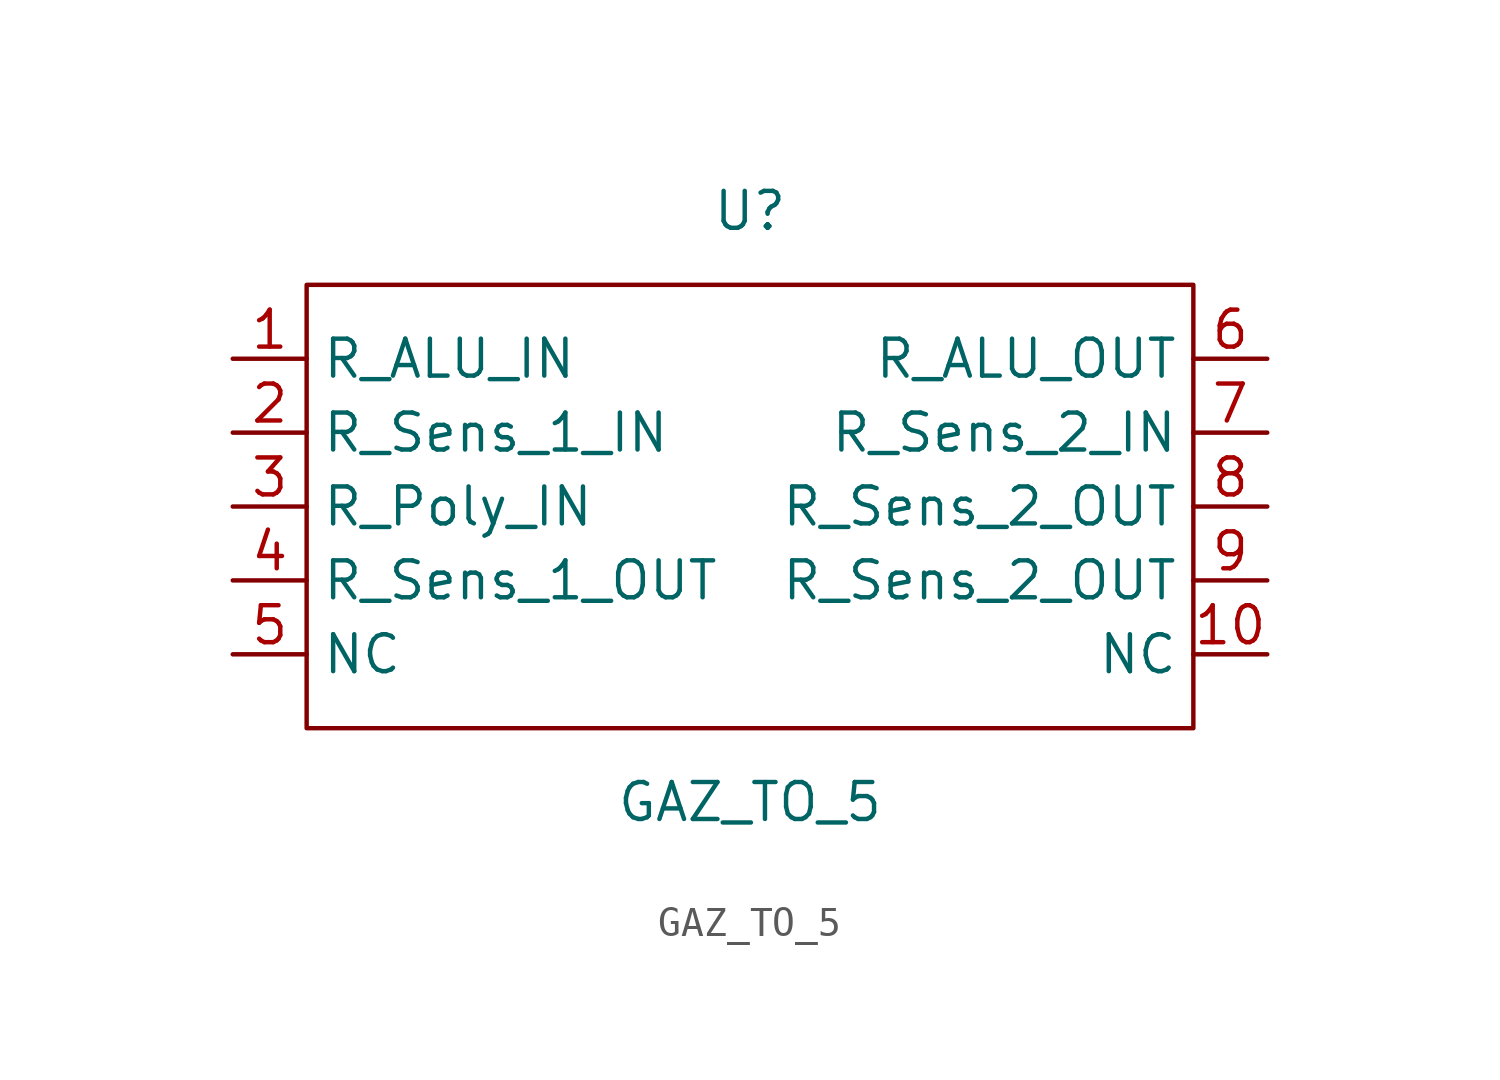
<source format=kicad_sym>
(kicad_symbol_lib
  (version 20211014)
  (generator kicad_symbol_editor)
  (symbol "GAZ_TO_5"
    (property "Reference" "U"
      (at 0 12.7 0)
      (effects (font (size 1.27 1.27))))
    (property "Value" "GAZ_TO_5"
      (at 0 -7.62 0)
      (effects (font (size 1.27 1.27))))
    (symbol "GAZ_TO_5_0_1"
      (rectangle (start -15.24 10.16) (end 15.24 -5.08) (stroke (width 0.152) (type default) (color 0 0 0 0)) (fill (type none))))
    (symbol "GAZ_TO_5_1_1"
      (pin input line (at -17.78 7.62 0) (length 2.54) (name "R_ALU_IN" (effects (font (size 1.27 1.27)))) (number "1" (effects (font (size 1.27 1.27)))))
      (pin input line (at 17.78 -2.54 180) (length 2.54) (name "NC" (effects (font (size 1.27 1.27)))) (number "10" (effects (font (size 1.27 1.27)))))
      (pin input line (at -17.78 5.08 0) (length 2.54) (name "R_Sens_1_IN" (effects (font (size 1.27 1.27)))) (number "2" (effects (font (size 1.27 1.27)))))
      (pin input line (at -17.78 2.54 0) (length 2.54) (name "R_Poly_IN" (effects (font (size 1.27 1.27)))) (number "3" (effects (font (size 1.27 1.27)))))
      (pin input line (at -17.78 0 0) (length 2.54) (name "R_Sens_1_OUT" (effects (font (size 1.27 1.27)))) (number "4" (effects (font (size 1.27 1.27)))))
      (pin input line (at -17.78 -2.54 0) (length 2.54) (name "NC" (effects (font (size 1.27 1.27)))) (number "5" (effects (font (size 1.27 1.27)))))
      (pin input line (at 17.78 7.62 180) (length 2.54) (name "R_ALU_OUT" (effects (font (size 1.27 1.27)))) (number "6" (effects (font (size 1.27 1.27)))))
      (pin input line (at 17.78 5.08 180) (length 2.54) (name "R_Sens_2_IN" (effects (font (size 1.27 1.27)))) (number "7" (effects (font (size 1.27 1.27)))))
      (pin input line (at 17.78 2.54 180) (length 2.54) (name "R_Sens_2_OUT" (effects (font (size 1.27 1.27)))) (number "8" (effects (font (size 1.27 1.27)))))
      (pin input line (at 17.78 0 180) (length 2.54) (name "R_Sens_2_OUT" (effects (font (size 1.27 1.27)))) (number "9" (effects (font (size 1.27 1.27))))))))
</source>
